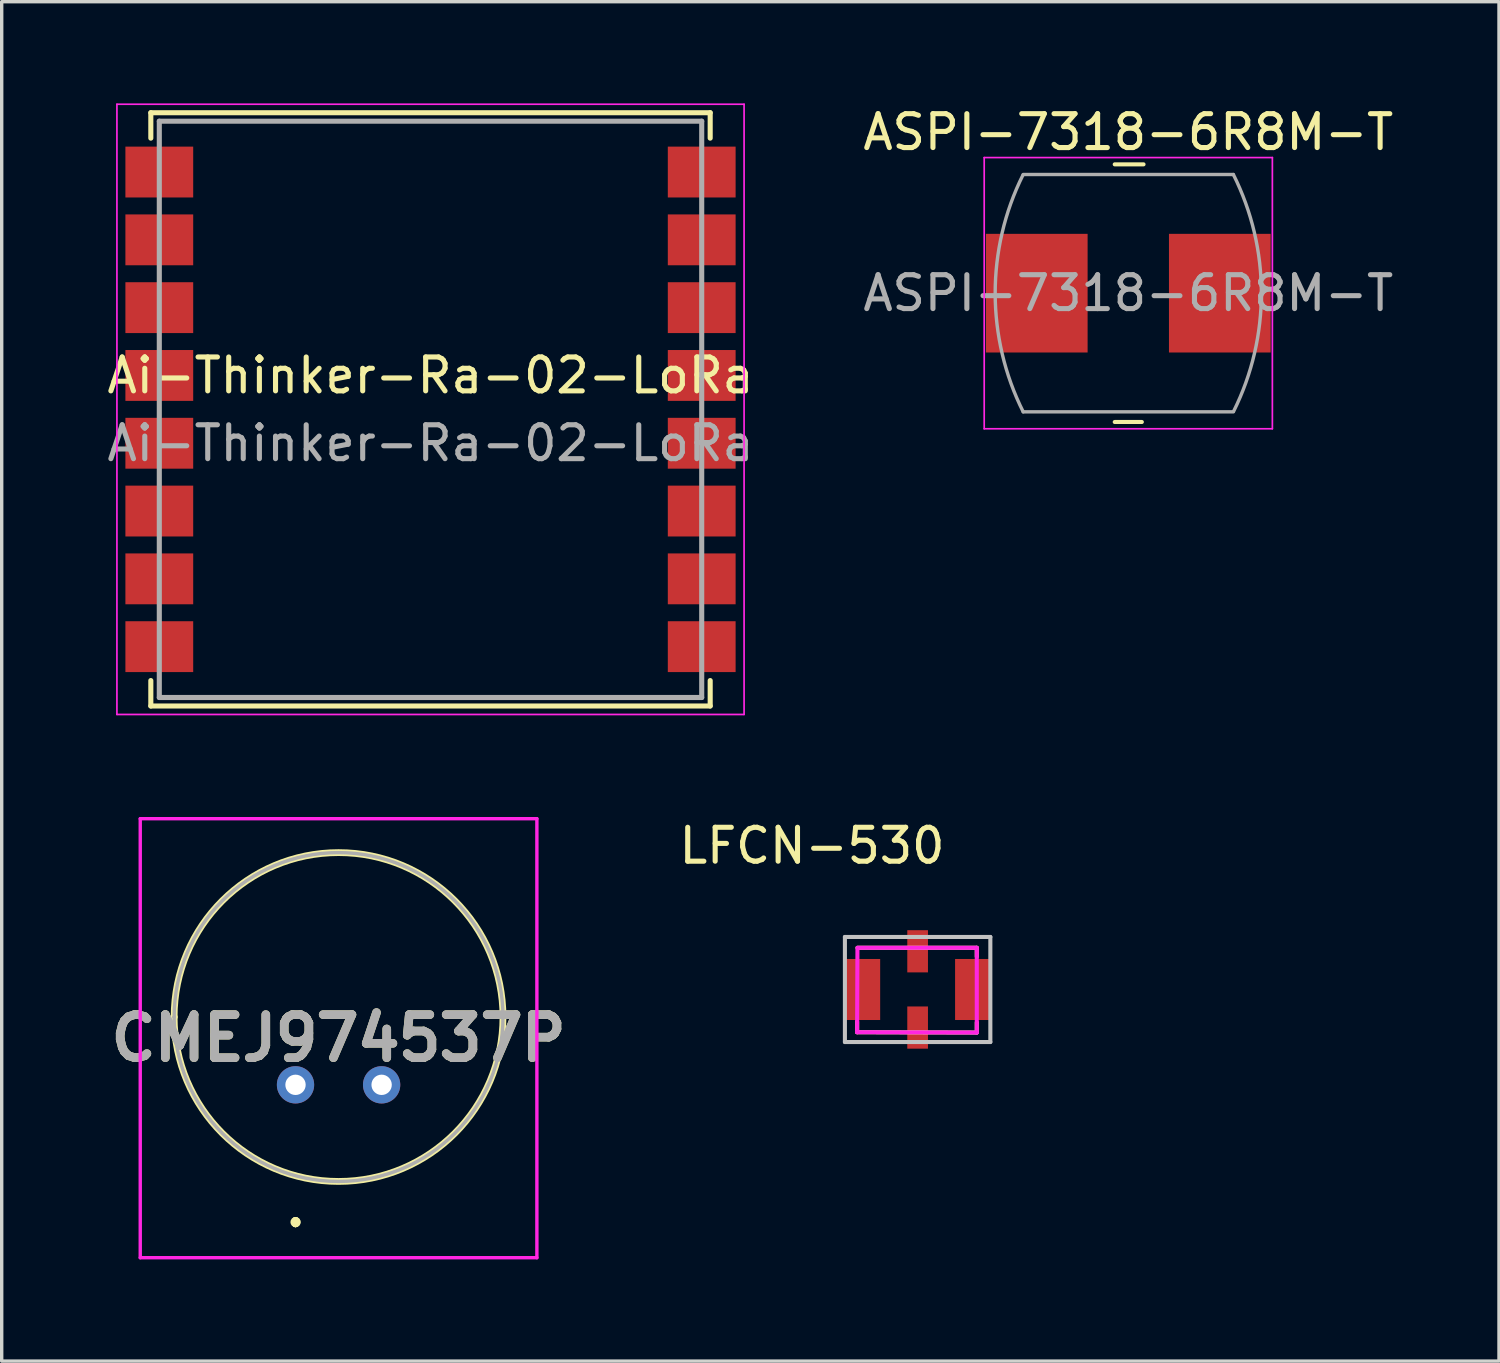
<source format=kicad_pcb>
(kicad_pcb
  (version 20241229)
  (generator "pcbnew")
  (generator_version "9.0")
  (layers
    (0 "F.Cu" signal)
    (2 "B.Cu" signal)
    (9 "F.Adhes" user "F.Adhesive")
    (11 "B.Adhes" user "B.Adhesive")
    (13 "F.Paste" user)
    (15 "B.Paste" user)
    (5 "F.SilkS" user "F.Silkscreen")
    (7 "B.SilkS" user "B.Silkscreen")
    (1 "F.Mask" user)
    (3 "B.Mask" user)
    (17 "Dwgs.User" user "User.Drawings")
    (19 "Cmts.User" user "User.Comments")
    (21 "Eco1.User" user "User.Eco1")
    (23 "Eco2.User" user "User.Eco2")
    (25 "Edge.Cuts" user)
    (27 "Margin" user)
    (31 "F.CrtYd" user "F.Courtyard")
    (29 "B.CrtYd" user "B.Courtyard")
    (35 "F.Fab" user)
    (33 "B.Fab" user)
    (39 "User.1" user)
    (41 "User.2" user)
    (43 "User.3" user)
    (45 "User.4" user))
  (footprint "CMEJ974537P"
    (layer "F.Cu")
    (at 5.667 28.95)
    (property "Reference" "CMEJ974537P" (at 1.27 -1.375 0) (layer "F.SilkS") (effects (font (size 1.27 1.27) (thickness 0.254))))
    (attr through_hole)
    (fp_line (start -3.58 -2) (end -3.58 -2) (stroke (width 0.2) (type solid)) (layer "F.SilkS"))
    (fp_line (start 0 4) (end 0 4) (stroke (width 0.2) (type solid)) (layer "F.SilkS"))
    (fp_line (start 0 4.1) (end 0 4.1) (stroke (width 0.2) (type solid)) (layer "F.SilkS"))
    (fp_line (start 0 4.1) (end 0 4.1) (stroke (width 0.2) (type solid)) (layer "F.SilkS"))
    (fp_line (start 6.12 -2) (end 6.12 -2) (stroke (width 0.2) (type solid)) (layer "F.SilkS"))
    (fp_arc (start -3.58 -2) (mid 1.27 -6.85) (end 6.12 -2) (stroke (width 0.2) (type solid)) (layer "F.SilkS"))
    (fp_arc (start 0 4) (mid 0.05 4.05) (end 0 4.1) (stroke (width 0.2) (type solid)) (layer "F.SilkS"))
    (fp_arc (start 0 4) (mid 0.05 4.05) (end 0 4.1) (stroke (width 0.2) (type solid)) (layer "F.SilkS"))
    (fp_arc (start 0 4.1) (mid -0.05 4.05) (end 0 4) (stroke (width 0.2) (type solid)) (layer "F.SilkS"))
    (fp_arc (start 6.12 -2) (mid 1.27 2.85) (end -3.58 -2) (stroke (width 0.2) (type solid)) (layer "F.SilkS"))
    (fp_line (start -4.58 -7.85) (end 7.12 -7.85) (stroke (width 0.1) (type solid)) (layer "F.CrtYd"))
    (fp_line (start -4.58 5.1) (end -4.58 -7.85) (stroke (width 0.1) (type solid)) (layer "F.CrtYd"))
    (fp_line (start 7.12 -7.85) (end 7.12 5.1) (stroke (width 0.1) (type solid)) (layer "F.CrtYd"))
    (fp_line (start 7.12 5.1) (end -4.58 5.1) (stroke (width 0.1) (type solid)) (layer "F.CrtYd"))
    (fp_line (start -3.58 -2) (end -3.58 -2) (stroke (width 0.1) (type solid)) (layer "F.Fab"))
    (fp_line (start 6.12 -2) (end 6.12 -2) (stroke (width 0.1) (type solid)) (layer "F.Fab"))
    (fp_arc (start -3.58 -2) (mid 1.27 -6.85) (end 6.12 -2) (stroke (width 0.1) (type solid)) (layer "F.Fab"))
    (fp_arc (start 6.12 -2) (mid 1.27 2.85) (end -3.58 -2) (stroke (width 0.1) (type solid)) (layer "F.Fab"))
    (fp_text user "${REFERENCE}" (at 1.27 -1.375 0) (layer "F.Fab") (effects (font (size 1.27 1.27) (thickness 0.254))))
    (pad "1" thru_hole circle (at 0 0) (size 1.1 1.1) (drill 0.6) (layers "*.Cu" "*.Mask"))
    (pad "2" thru_hole circle (at 2.54 0) (size 1.1 1.1) (drill 0.6) (layers "*.Cu" "*.Mask")))
  (footprint "Ai-Thinker-Ra-02-LoRa"
    (layer "F.Cu")
    (at 9.649 9.025)
    (property "Reference" "Ai-Thinker-Ra-02-LoRa" (at 0 -1 0) (layer "F.SilkS") (effects (font (size 1 1) (thickness 0.15))))
    (attr smd)
    (fp_line (start -8.25 -8.75) (end 8.25 -8.75) (stroke (width 0.15) (type solid)) (layer "F.SilkS"))
    (fp_line (start -8.25 -8) (end -8.25 -8.75) (stroke (width 0.15) (type solid)) (layer "F.SilkS"))
    (fp_line (start -8.25 8) (end -8.25 8.75) (stroke (width 0.15) (type solid)) (layer "F.SilkS"))
    (fp_line (start -8.25 8.75) (end 8.25 8.75) (stroke (width 0.15) (type solid)) (layer "F.SilkS"))
    (fp_line (start 8.25 -8.75) (end 8.25 -8) (stroke (width 0.15) (type solid)) (layer "F.SilkS"))
    (fp_line (start 8.25 8.75) (end 8.25 8) (stroke (width 0.15) (type solid)) (layer "F.SilkS"))
    (fp_line (start -9.25 -9) (end 9.25 -9) (stroke (width 0.05) (type solid)) (layer "F.CrtYd"))
    (fp_line (start -9.25 9) (end -9.25 -9) (stroke (width 0.05) (type solid)) (layer "F.CrtYd"))
    (fp_line (start 9.25 -9) (end 9.25 9) (stroke (width 0.05) (type solid)) (layer "F.CrtYd"))
    (fp_line (start 9.25 9) (end -9.25 9) (stroke (width 0.05) (type solid)) (layer "F.CrtYd"))
    (fp_line (start -8 -8.5) (end 8 -8.5) (stroke (width 0.15) (type solid)) (layer "F.Fab"))
    (fp_line (start -8 8.5) (end -8 -8.5) (stroke (width 0.15) (type solid)) (layer "F.Fab"))
    (fp_line (start 8 -8.5) (end 8 8.5) (stroke (width 0.15) (type solid)) (layer "F.Fab"))
    (fp_line (start 8 8.5) (end -8 8.5) (stroke (width 0.15) (type solid)) (layer "F.Fab"))
    (fp_text user "${REFERENCE}" (at 0 1 0) (layer "F.Fab") (effects (font (size 1 1) (thickness 0.15))))
    (pad "1" smd rect (at -8 -7) (size 2 1.5) (layers "F.Cu" "F.Mask" "F.Paste"))
    (pad "2" smd rect (at -8 -5) (size 2 1.5) (layers "F.Cu" "F.Mask" "F.Paste"))
    (pad "3" smd rect (at -8 -3) (size 2 1.5) (layers "F.Cu" "F.Mask" "F.Paste"))
    (pad "4" smd rect (at -8 -1) (size 2 1.5) (layers "F.Cu" "F.Mask" "F.Paste"))
    (pad "5" smd rect (at -8 1) (size 2 1.5) (layers "F.Cu" "F.Mask" "F.Paste"))
    (pad "6" smd rect (at -8 3) (size 2 1.5) (layers "F.Cu" "F.Mask" "F.Paste"))
    (pad "7" smd rect (at -8 5) (size 2 1.5) (layers "F.Cu" "F.Mask" "F.Paste"))
    (pad "8" smd rect (at -8 7) (size 2 1.5) (layers "F.Cu" "F.Mask" "F.Paste"))
    (pad "9" smd rect (at 8 7) (size 2 1.5) (layers "F.Cu" "F.Mask" "F.Paste"))
    (pad "10" smd rect (at 8 5) (size 2 1.5) (layers "F.Cu" "F.Mask" "F.Paste"))
    (pad "11" smd rect (at 8 3) (size 2 1.5) (layers "F.Cu" "F.Mask" "F.Paste"))
    (pad "12" smd rect (at 8 1) (size 2 1.5) (layers "F.Cu" "F.Mask" "F.Paste"))
    (pad "13" smd rect (at 8 -1) (size 2 1.5) (layers "F.Cu" "F.Mask" "F.Paste"))
    (pad "14" smd rect (at 8 -3) (size 2 1.5) (layers "F.Cu" "F.Mask" "F.Paste"))
    (pad "15" smd rect (at 8 -5) (size 2 1.5) (layers "F.Cu" "F.Mask" "F.Paste"))
    (pad "16" smd rect (at 8 -7) (size 2 1.5) (layers "F.Cu" "F.Mask" "F.Paste")))
  (footprint "ASPI-7318-6R8M-T"
    (layer "F.Cu")
    (at 30.232 5.598)
    (property "Reference" "ASPI-7318-6R8M-T" (at 0 -4.75 0) (layer "F.SilkS") (effects (font (size 1 1) (thickness 0.15))))
    (attr smd)
    (fp_line (start -0.4 -3.8) (end 0.45 -3.8) (stroke (width 0.12) (type solid)) (layer "F.SilkS"))
    (fp_line (start -0.4 3.8) (end 0.4 3.8) (stroke (width 0.12) (type solid)) (layer "F.SilkS"))
    (fp_line (start -4.25 -4) (end 4.25 -4) (stroke (width 0.05) (type solid)) (layer "F.CrtYd"))
    (fp_line (start -4.25 4) (end -4.25 -4) (stroke (width 0.05) (type solid)) (layer "F.CrtYd"))
    (fp_line (start 4.25 -4) (end 4.25 4) (stroke (width 0.05) (type solid)) (layer "F.CrtYd"))
    (fp_line (start 4.25 4) (end -4.25 4) (stroke (width 0.05) (type solid)) (layer "F.CrtYd"))
    (fp_line (start -3.1 3.5) (end 3.1 3.5) (stroke (width 0.1) (type solid)) (layer "F.Fab"))
    (fp_line (start 3.1 -3.5) (end -3.1 -3.5) (stroke (width 0.1) (type solid)) (layer "F.Fab"))
    (fp_arc (start -3.1 3.5) (mid -3.926233 0.008885) (end -3.107929 -3.484096) (stroke (width 0.1) (type solid)) (layer "F.Fab"))
    (fp_arc (start 3.1 -3.5) (mid 3.926233 -0.008885) (end 3.107929 3.484096) (stroke (width 0.1) (type solid)) (layer "F.Fab"))
    (fp_text user "${REFERENCE}" (at 0 0 0) (layer "F.Fab") (effects (font (size 1 1) (thickness 0.15))))
    (pad "1" smd rect (at -2.7 0) (size 3 3.5) (layers "F.Cu" "F.Mask" "F.Paste"))
    (pad "2" smd rect (at 2.7 0) (size 3 3.5) (layers "F.Cu" "F.Mask" "F.Paste")))
  (footprint "LFCN-530"
    (layer "F.Cu")
    (at 21.873 24.588)
    (property "Reference" "LFCN-530" (at -0.97 -2.69 0) (layer "F.SilkS") (effects (font (size 1 1) (thickness 0.15))))
    (attr through_hole)
    (fp_line (start 0.36 2.5) (end 0.36 2.81) (stroke (width 0.12) (type solid)) (layer "F.SilkS"))
    (fp_line (start 0.36 2.81) (end 3.89 2.82) (stroke (width 0.12) (type solid)) (layer "F.SilkS"))
    (fp_line (start 0.37 0.32) (end 3.89 0.32) (stroke (width 0.12) (type solid)) (layer "F.SilkS"))
    (fp_line (start 3.89 0.32) (end 3.89 0.58) (stroke (width 0.12) (type solid)) (layer "F.SilkS"))
    (fp_line (start 3.89 2.82) (end 3.89 2.52) (stroke (width 0.12) (type solid)) (layer "F.SilkS"))
    (fp_line (start 0 0) (end 4.29 0) (stroke (width 0.12) (type solid)) (layer "Dwgs.User"))
    (fp_line (start 0 3.1) (end 0 0) (stroke (width 0.12) (type solid)) (layer "Dwgs.User"))
    (fp_line (start 4.29 0) (end 4.29 3.1) (stroke (width 0.12) (type solid)) (layer "Dwgs.User"))
    (fp_line (start 4.29 3.1) (end 0 3.1) (stroke (width 0.12) (type solid)) (layer "Dwgs.User"))
    (fp_line (start 0.36 2.81) (end 0.37 0.32) (stroke (width 0.12) (type solid)) (layer "F.CrtYd"))
    (fp_line (start 0.39 0.32) (end 3.89 0.32) (stroke (width 0.12) (type solid)) (layer "F.CrtYd"))
    (fp_line (start 3.89 0.32) (end 3.89 2.82) (stroke (width 0.12) (type solid)) (layer "F.CrtYd"))
    (fp_line (start 3.89 2.82) (end 0.36 2.81) (stroke (width 0.12) (type solid)) (layer "F.CrtYd"))
    (pad "1" smd rect (at 0 0.65) (size 1.04 1.8) (drill (offset 0.52 0.9)) (layers "F.Cu" "F.Mask" "F.Paste"))
    (pad "2" smd rect (at 4.29 0.65) (size 1.04 1.8) (drill (offset -0.52 0.9)) (layers "F.Cu" "F.Mask" "F.Paste"))
    (pad "3" smd rect (at 1.84 -0.2) (size 0.61 1.245) (drill (offset 0.305 0.623)) (layers "F.Cu" "F.Mask" "F.Paste"))
    (pad "4" smd rect (at 1.84 2.05) (size 0.61 1.245) (drill (offset 0.305 0.623)) (layers "F.Cu" "F.Mask" "F.Paste")))
  (gr_rect
    (start -3 -3)
    (end 41.167 37.1)
    (stroke (width 0.1) (type default))
    (fill no)
    (layer "Edge.Cuts")))
</source>
